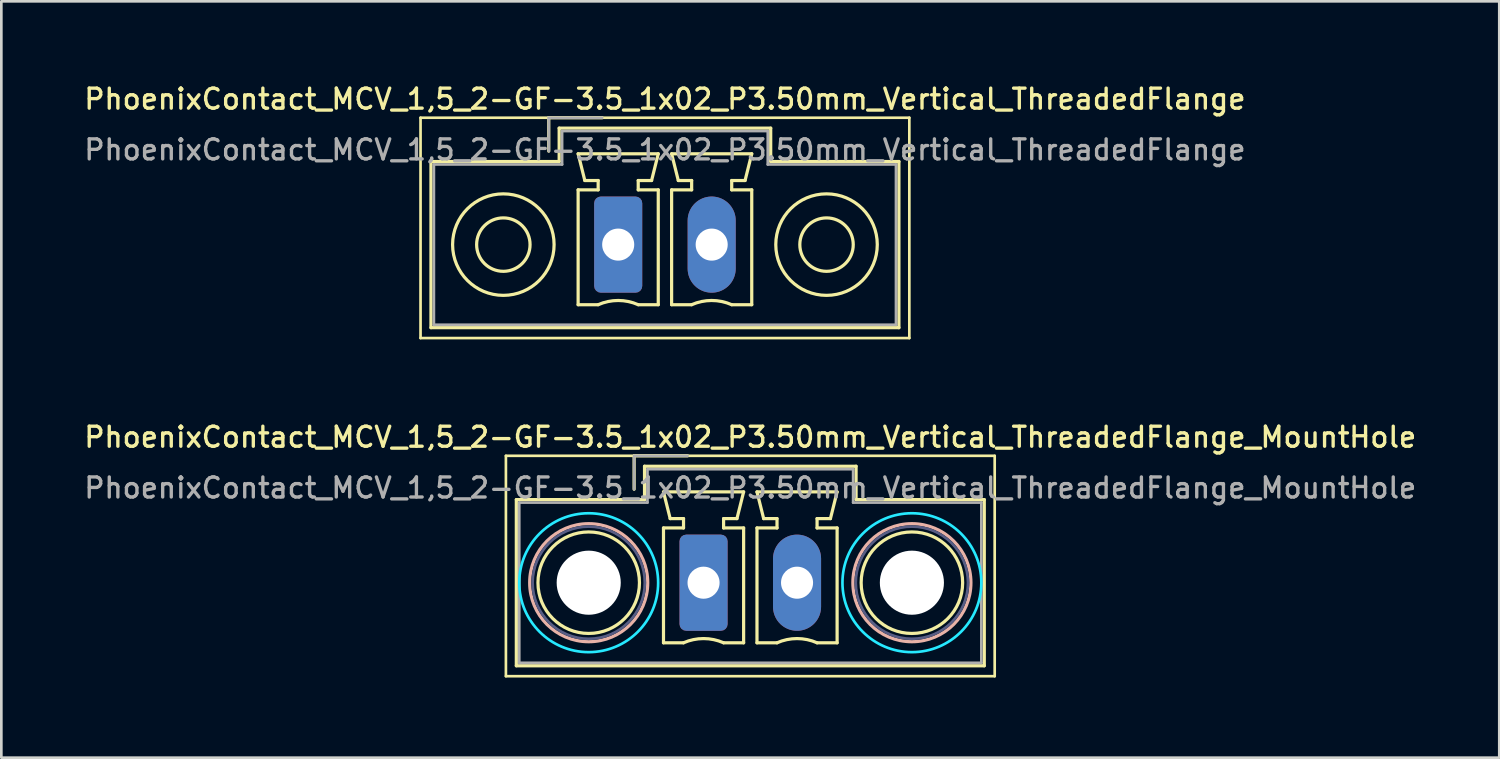
<source format=kicad_pcb>
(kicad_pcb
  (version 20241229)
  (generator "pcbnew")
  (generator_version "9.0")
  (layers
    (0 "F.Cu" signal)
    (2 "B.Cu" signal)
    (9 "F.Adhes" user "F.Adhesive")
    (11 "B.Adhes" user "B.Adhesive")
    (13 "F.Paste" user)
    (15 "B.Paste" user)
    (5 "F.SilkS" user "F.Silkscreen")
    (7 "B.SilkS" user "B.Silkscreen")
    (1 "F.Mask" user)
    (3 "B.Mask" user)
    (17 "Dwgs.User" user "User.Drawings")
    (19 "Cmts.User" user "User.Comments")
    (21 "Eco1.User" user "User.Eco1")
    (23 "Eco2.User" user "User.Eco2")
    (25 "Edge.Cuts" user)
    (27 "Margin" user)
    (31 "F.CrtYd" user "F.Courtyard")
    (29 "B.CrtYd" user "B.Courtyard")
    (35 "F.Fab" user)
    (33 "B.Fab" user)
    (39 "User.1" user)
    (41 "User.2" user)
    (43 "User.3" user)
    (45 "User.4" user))
  (footprint "PhoenixContact_MCV_1,5_2-GF-3.5_1x02_P3.50mm_Vertical_ThreadedFlange"
    (layer "F.Cu")
    (at 20.095 6.108)
    (property "Reference" "PhoenixContact_MCV_1,5_2-GF-3.5_1x02_P3.50mm_Vertical_ThreadedFlange" (at 1.75 -5.45 0) (layer "F.SilkS") (effects (font (size 0.75 0.75) (thickness 0.125))))
    (attr through_hole)
    (fp_line (start -7.4 -4.75) (end -7.4 3.5) (stroke (width 0.1) (type solid)) (layer "F.SilkS"))
    (fp_line (start -7.4 3.5) (end 10.9 3.5) (stroke (width 0.1) (type solid)) (layer "F.SilkS"))
    (fp_line (start -7.01 -3.11) (end -7.01 3.11) (stroke (width 0.12) (type solid)) (layer "F.SilkS"))
    (fp_line (start -7.01 3.11) (end 10.51 3.11) (stroke (width 0.12) (type solid)) (layer "F.SilkS"))
    (fp_line (start -2.6 -4.75) (end -0.6 -4.75) (stroke (width 0.12) (type solid)) (layer "F.SilkS"))
    (fp_line (start -2.6 -3.5) (end -2.6 -4.75) (stroke (width 0.12) (type solid)) (layer "F.SilkS"))
    (fp_line (start -2.21 -4.36) (end -2.21 -3.11) (stroke (width 0.12) (type solid)) (layer "F.SilkS"))
    (fp_line (start -2.21 -3.11) (end -7.01 -3.11) (stroke (width 0.12) (type solid)) (layer "F.SilkS"))
    (fp_line (start -1.5 -3.4) (end 1.5 -3.4) (stroke (width 0.12) (type solid)) (layer "F.SilkS"))
    (fp_line (start -1.5 -2.05) (end -0.75 -2.05) (stroke (width 0.12) (type solid)) (layer "F.SilkS"))
    (fp_line (start -1.5 2.25) (end -1.5 -2.05) (stroke (width 0.12) (type solid)) (layer "F.SilkS"))
    (fp_line (start -1.25 -2.4) (end -1.5 -3.4) (stroke (width 0.12) (type solid)) (layer "F.SilkS"))
    (fp_line (start -0.75 -2.4) (end -1.25 -2.4) (stroke (width 0.12) (type solid)) (layer "F.SilkS"))
    (fp_line (start -0.75 -2.05) (end -0.75 -2.4) (stroke (width 0.12) (type solid)) (layer "F.SilkS"))
    (fp_line (start -0.75 2.25) (end -1.5 2.25) (stroke (width 0.12) (type solid)) (layer "F.SilkS"))
    (fp_line (start 0.75 -2.4) (end 0.75 -2.05) (stroke (width 0.12) (type solid)) (layer "F.SilkS"))
    (fp_line (start 0.75 -2.05) (end 1.5 -2.05) (stroke (width 0.12) (type solid)) (layer "F.SilkS"))
    (fp_line (start 1.25 -2.4) (end 0.75 -2.4) (stroke (width 0.12) (type solid)) (layer "F.SilkS"))
    (fp_line (start 1.5 -3.4) (end 1.25 -2.4) (stroke (width 0.12) (type solid)) (layer "F.SilkS"))
    (fp_line (start 1.5 -2.05) (end 1.5 2.25) (stroke (width 0.12) (type solid)) (layer "F.SilkS"))
    (fp_line (start 1.5 2.25) (end 0.75 2.25) (stroke (width 0.12) (type solid)) (layer "F.SilkS"))
    (fp_line (start 2 -3.4) (end 5 -3.4) (stroke (width 0.12) (type solid)) (layer "F.SilkS"))
    (fp_line (start 2 -2.05) (end 2.75 -2.05) (stroke (width 0.12) (type solid)) (layer "F.SilkS"))
    (fp_line (start 2 2.25) (end 2 -2.05) (stroke (width 0.12) (type solid)) (layer "F.SilkS"))
    (fp_line (start 2.25 -2.4) (end 2 -3.4) (stroke (width 0.12) (type solid)) (layer "F.SilkS"))
    (fp_line (start 2.75 -2.4) (end 2.25 -2.4) (stroke (width 0.12) (type solid)) (layer "F.SilkS"))
    (fp_line (start 2.75 -2.05) (end 2.75 -2.4) (stroke (width 0.12) (type solid)) (layer "F.SilkS"))
    (fp_line (start 2.75 2.25) (end 2 2.25) (stroke (width 0.12) (type solid)) (layer "F.SilkS"))
    (fp_line (start 4.25 -2.4) (end 4.25 -2.05) (stroke (width 0.12) (type solid)) (layer "F.SilkS"))
    (fp_line (start 4.25 -2.05) (end 5 -2.05) (stroke (width 0.12) (type solid)) (layer "F.SilkS"))
    (fp_line (start 4.75 -2.4) (end 4.25 -2.4) (stroke (width 0.12) (type solid)) (layer "F.SilkS"))
    (fp_line (start 5 -3.4) (end 4.75 -2.4) (stroke (width 0.12) (type solid)) (layer "F.SilkS"))
    (fp_line (start 5 -2.05) (end 5 2.25) (stroke (width 0.12) (type solid)) (layer "F.SilkS"))
    (fp_line (start 5 2.25) (end 4.25 2.25) (stroke (width 0.12) (type solid)) (layer "F.SilkS"))
    (fp_line (start 5.71 -4.36) (end -2.21 -4.36) (stroke (width 0.12) (type solid)) (layer "F.SilkS"))
    (fp_line (start 5.71 -3.11) (end 5.71 -4.36) (stroke (width 0.12) (type solid)) (layer "F.SilkS"))
    (fp_line (start 10.51 -3.11) (end 5.71 -3.11) (stroke (width 0.12) (type solid)) (layer "F.SilkS"))
    (fp_line (start 10.51 3.11) (end 10.51 -3.11) (stroke (width 0.12) (type solid)) (layer "F.SilkS"))
    (fp_line (start 10.9 -4.75) (end -7.4 -4.75) (stroke (width 0.1) (type solid)) (layer "F.SilkS"))
    (fp_line (start 10.9 3.5) (end 10.9 -4.75) (stroke (width 0.1) (type solid)) (layer "F.SilkS"))
    (fp_arc (start -0.75 2.25) (mid -0.000193 2.09191) (end 0.749647 2.249844) (stroke (width 0.12) (type solid)) (layer "F.SilkS"))
    (fp_arc (start 2.75 2.25) (mid 3.499807 2.09191) (end 4.249647 2.249844) (stroke (width 0.12) (type solid)) (layer "F.SilkS"))
    (fp_circle (center -4.3 0) (end -3.3 0) (stroke (width 0.12) (type solid)) (fill no) (layer "F.SilkS"))
    (fp_circle (center -4.3 0) (end -2.4 0) (stroke (width 0.12) (type solid)) (fill no) (layer "F.SilkS"))
    (fp_circle (center 7.8 0) (end 8.8 0) (stroke (width 0.12) (type solid)) (fill no) (layer "F.SilkS"))
    (fp_circle (center 7.8 0) (end 9.7 0) (stroke (width 0.12) (type solid)) (fill no) (layer "F.SilkS"))
    (fp_line (start -6.9 -3) (end -6.9 3) (stroke (width 0.1) (type solid)) (layer "F.Fab"))
    (fp_line (start -6.9 3) (end 10.4 3) (stroke (width 0.1) (type solid)) (layer "F.Fab"))
    (fp_line (start -2.6 -4.75) (end -0.6 -4.75) (stroke (width 0.1) (type solid)) (layer "F.Fab"))
    (fp_line (start -2.6 -3.5) (end -2.6 -4.75) (stroke (width 0.1) (type solid)) (layer "F.Fab"))
    (fp_line (start -2.1 -4.25) (end -2.1 -3) (stroke (width 0.1) (type solid)) (layer "F.Fab"))
    (fp_line (start -2.1 -3) (end -6.9 -3) (stroke (width 0.1) (type solid)) (layer "F.Fab"))
    (fp_line (start 5.6 -4.25) (end -2.1 -4.25) (stroke (width 0.1) (type solid)) (layer "F.Fab"))
    (fp_line (start 5.6 -3) (end 5.6 -4.25) (stroke (width 0.1) (type solid)) (layer "F.Fab"))
    (fp_line (start 10.4 -3) (end 5.6 -3) (stroke (width 0.1) (type solid)) (layer "F.Fab"))
    (fp_line (start 10.4 3) (end 10.4 -3) (stroke (width 0.1) (type solid)) (layer "F.Fab"))
    (fp_text user "${REFERENCE}" (at 1.75 -3.55 0) (layer "F.Fab") (effects (font (size 0.75 0.75) (thickness 0.125))))
    (pad "1" thru_hole roundrect (at 0 0) (size 1.8 3.6) (drill 1.2) (layers "*.Cu" "*.Mask") (roundrect_rratio 0.139))
    (pad "2" thru_hole oval (at 3.5 0) (size 1.8 3.6) (drill 1.2) (layers "*.Cu" "*.Mask")))
  (footprint "PhoenixContact_MCV_1,5_2-GF-3.5_1x02_P3.50mm_Vertical_ThreadedFlange_MountHole"
    (layer "F.Cu")
    (at 23.291 18.766)
    (property "Reference" "PhoenixContact_MCV_1,5_2-GF-3.5_1x02_P3.50mm_Vertical_ThreadedFlange_MountHole" (at 1.75 -5.45 0) (layer "F.SilkS") (effects (font (size 0.75 0.75) (thickness 0.125))))
    (attr through_hole)
    (fp_line (start -7.4 -4.75) (end -7.4 3.5) (stroke (width 0.1) (type solid)) (layer "F.SilkS"))
    (fp_line (start -7.4 3.5) (end 10.9 3.5) (stroke (width 0.1) (type solid)) (layer "F.SilkS"))
    (fp_line (start -7.01 -3.11) (end -7.01 3.11) (stroke (width 0.12) (type solid)) (layer "F.SilkS"))
    (fp_line (start -7.01 3.11) (end 10.51 3.11) (stroke (width 0.12) (type solid)) (layer "F.SilkS"))
    (fp_line (start -2.6 -4.75) (end -0.6 -4.75) (stroke (width 0.12) (type solid)) (layer "F.SilkS"))
    (fp_line (start -2.6 -3.5) (end -2.6 -4.75) (stroke (width 0.12) (type solid)) (layer "F.SilkS"))
    (fp_line (start -2.21 -4.36) (end -2.21 -3.11) (stroke (width 0.12) (type solid)) (layer "F.SilkS"))
    (fp_line (start -2.21 -3.11) (end -7.01 -3.11) (stroke (width 0.12) (type solid)) (layer "F.SilkS"))
    (fp_line (start -1.5 -3.4) (end 1.5 -3.4) (stroke (width 0.12) (type solid)) (layer "F.SilkS"))
    (fp_line (start -1.5 -2.05) (end -0.75 -2.05) (stroke (width 0.12) (type solid)) (layer "F.SilkS"))
    (fp_line (start -1.5 2.25) (end -1.5 -2.05) (stroke (width 0.12) (type solid)) (layer "F.SilkS"))
    (fp_line (start -1.25 -2.4) (end -1.5 -3.4) (stroke (width 0.12) (type solid)) (layer "F.SilkS"))
    (fp_line (start -0.75 -2.4) (end -1.25 -2.4) (stroke (width 0.12) (type solid)) (layer "F.SilkS"))
    (fp_line (start -0.75 -2.05) (end -0.75 -2.4) (stroke (width 0.12) (type solid)) (layer "F.SilkS"))
    (fp_line (start -0.75 2.25) (end -1.5 2.25) (stroke (width 0.12) (type solid)) (layer "F.SilkS"))
    (fp_line (start 0.75 -2.4) (end 0.75 -2.05) (stroke (width 0.12) (type solid)) (layer "F.SilkS"))
    (fp_line (start 0.75 -2.05) (end 1.5 -2.05) (stroke (width 0.12) (type solid)) (layer "F.SilkS"))
    (fp_line (start 1.25 -2.4) (end 0.75 -2.4) (stroke (width 0.12) (type solid)) (layer "F.SilkS"))
    (fp_line (start 1.5 -3.4) (end 1.25 -2.4) (stroke (width 0.12) (type solid)) (layer "F.SilkS"))
    (fp_line (start 1.5 -2.05) (end 1.5 2.25) (stroke (width 0.12) (type solid)) (layer "F.SilkS"))
    (fp_line (start 1.5 2.25) (end 0.75 2.25) (stroke (width 0.12) (type solid)) (layer "F.SilkS"))
    (fp_line (start 2 -3.4) (end 5 -3.4) (stroke (width 0.12) (type solid)) (layer "F.SilkS"))
    (fp_line (start 2 -2.05) (end 2.75 -2.05) (stroke (width 0.12) (type solid)) (layer "F.SilkS"))
    (fp_line (start 2 2.25) (end 2 -2.05) (stroke (width 0.12) (type solid)) (layer "F.SilkS"))
    (fp_line (start 2.25 -2.4) (end 2 -3.4) (stroke (width 0.12) (type solid)) (layer "F.SilkS"))
    (fp_line (start 2.75 -2.4) (end 2.25 -2.4) (stroke (width 0.12) (type solid)) (layer "F.SilkS"))
    (fp_line (start 2.75 -2.05) (end 2.75 -2.4) (stroke (width 0.12) (type solid)) (layer "F.SilkS"))
    (fp_line (start 2.75 2.25) (end 2 2.25) (stroke (width 0.12) (type solid)) (layer "F.SilkS"))
    (fp_line (start 4.25 -2.4) (end 4.25 -2.05) (stroke (width 0.12) (type solid)) (layer "F.SilkS"))
    (fp_line (start 4.25 -2.05) (end 5 -2.05) (stroke (width 0.12) (type solid)) (layer "F.SilkS"))
    (fp_line (start 4.75 -2.4) (end 4.25 -2.4) (stroke (width 0.12) (type solid)) (layer "F.SilkS"))
    (fp_line (start 5 -3.4) (end 4.75 -2.4) (stroke (width 0.12) (type solid)) (layer "F.SilkS"))
    (fp_line (start 5 -2.05) (end 5 2.25) (stroke (width 0.12) (type solid)) (layer "F.SilkS"))
    (fp_line (start 5 2.25) (end 4.25 2.25) (stroke (width 0.12) (type solid)) (layer "F.SilkS"))
    (fp_line (start 5.71 -4.36) (end -2.21 -4.36) (stroke (width 0.12) (type solid)) (layer "F.SilkS"))
    (fp_line (start 5.71 -3.11) (end 5.71 -4.36) (stroke (width 0.12) (type solid)) (layer "F.SilkS"))
    (fp_line (start 10.51 -3.11) (end 5.71 -3.11) (stroke (width 0.12) (type solid)) (layer "F.SilkS"))
    (fp_line (start 10.51 3.11) (end 10.51 -3.11) (stroke (width 0.12) (type solid)) (layer "F.SilkS"))
    (fp_line (start 10.9 -4.75) (end -7.4 -4.75) (stroke (width 0.1) (type solid)) (layer "F.SilkS"))
    (fp_line (start 10.9 3.5) (end 10.9 -4.75) (stroke (width 0.1) (type solid)) (layer "F.SilkS"))
    (fp_arc (start -0.75 2.25) (mid -0.000193 2.09191) (end 0.749647 2.249844) (stroke (width 0.12) (type solid)) (layer "F.SilkS"))
    (fp_arc (start 2.75 2.25) (mid 3.499807 2.09191) (end 4.249647 2.249844) (stroke (width 0.12) (type solid)) (layer "F.SilkS"))
    (fp_circle (center -4.3 0) (end -2.4 0) (stroke (width 0.12) (type solid)) (fill no) (layer "F.SilkS"))
    (fp_circle (center 7.8 0) (end 9.7 0) (stroke (width 0.12) (type solid)) (fill no) (layer "F.SilkS"))
    (fp_circle (center -4.3 0) (end -2.09 0) (stroke (width 0.12) (type solid)) (fill no) (layer "B.SilkS"))
    (fp_circle (center 7.8 0) (end 10.01 0) (stroke (width 0.12) (type solid)) (fill no) (layer "B.SilkS"))
    (fp_circle (center -4.3 0) (end -1.7 0) (stroke (width 0.1) (type solid)) (fill no) (layer "B.CrtYd"))
    (fp_circle (center 7.8 0) (end 10.4 0) (stroke (width 0.1) (type solid)) (fill no) (layer "B.CrtYd"))
    (fp_circle (center -4.3 0) (end -2.2 0) (stroke (width 0.1) (type solid)) (fill no) (layer "B.Fab"))
    (fp_circle (center 7.8 0) (end 9.9 0) (stroke (width 0.1) (type solid)) (fill no) (layer "B.Fab"))
    (fp_line (start -6.9 -3) (end -6.9 3) (stroke (width 0.1) (type solid)) (layer "F.Fab"))
    (fp_line (start -6.9 3) (end 10.4 3) (stroke (width 0.1) (type solid)) (layer "F.Fab"))
    (fp_line (start -2.6 -4.75) (end -0.6 -4.75) (stroke (width 0.1) (type solid)) (layer "F.Fab"))
    (fp_line (start -2.6 -3.5) (end -2.6 -4.75) (stroke (width 0.1) (type solid)) (layer "F.Fab"))
    (fp_line (start -2.1 -4.25) (end -2.1 -3) (stroke (width 0.1) (type solid)) (layer "F.Fab"))
    (fp_line (start -2.1 -3) (end -6.9 -3) (stroke (width 0.1) (type solid)) (layer "F.Fab"))
    (fp_line (start 5.6 -4.25) (end -2.1 -4.25) (stroke (width 0.1) (type solid)) (layer "F.Fab"))
    (fp_line (start 5.6 -3) (end 5.6 -4.25) (stroke (width 0.1) (type solid)) (layer "F.Fab"))
    (fp_line (start 10.4 -3) (end 5.6 -3) (stroke (width 0.1) (type solid)) (layer "F.Fab"))
    (fp_line (start 10.4 3) (end 10.4 -3) (stroke (width 0.1) (type solid)) (layer "F.Fab"))
    (fp_text user "${REFERENCE}" (at 1.75 -3.55 0) (layer "F.Fab") (effects (font (size 0.75 0.75) (thickness 0.125))))
    (pad "" np_thru_hole circle (at -4.3 0) (size 2.4 2.4) (drill 2.4) (layers "*.Cu" "*.Mask"))
    (pad "" np_thru_hole circle (at 7.8 0) (size 2.4 2.4) (drill 2.4) (layers "*.Cu" "*.Mask"))
    (pad "1" thru_hole roundrect (at 0 0) (size 1.8 3.6) (drill 1.2) (layers "*.Cu" "*.Mask") (roundrect_rratio 0.139))
    (pad "2" thru_hole oval (at 3.5 0) (size 1.8 3.6) (drill 1.2) (layers "*.Cu" "*.Mask")))
  (gr_rect
    (start -3 -3)
    (end 53.082 25.316)
    (stroke (width 0.1) (type default))
    (fill no)
    (layer "Edge.Cuts")))
</source>
